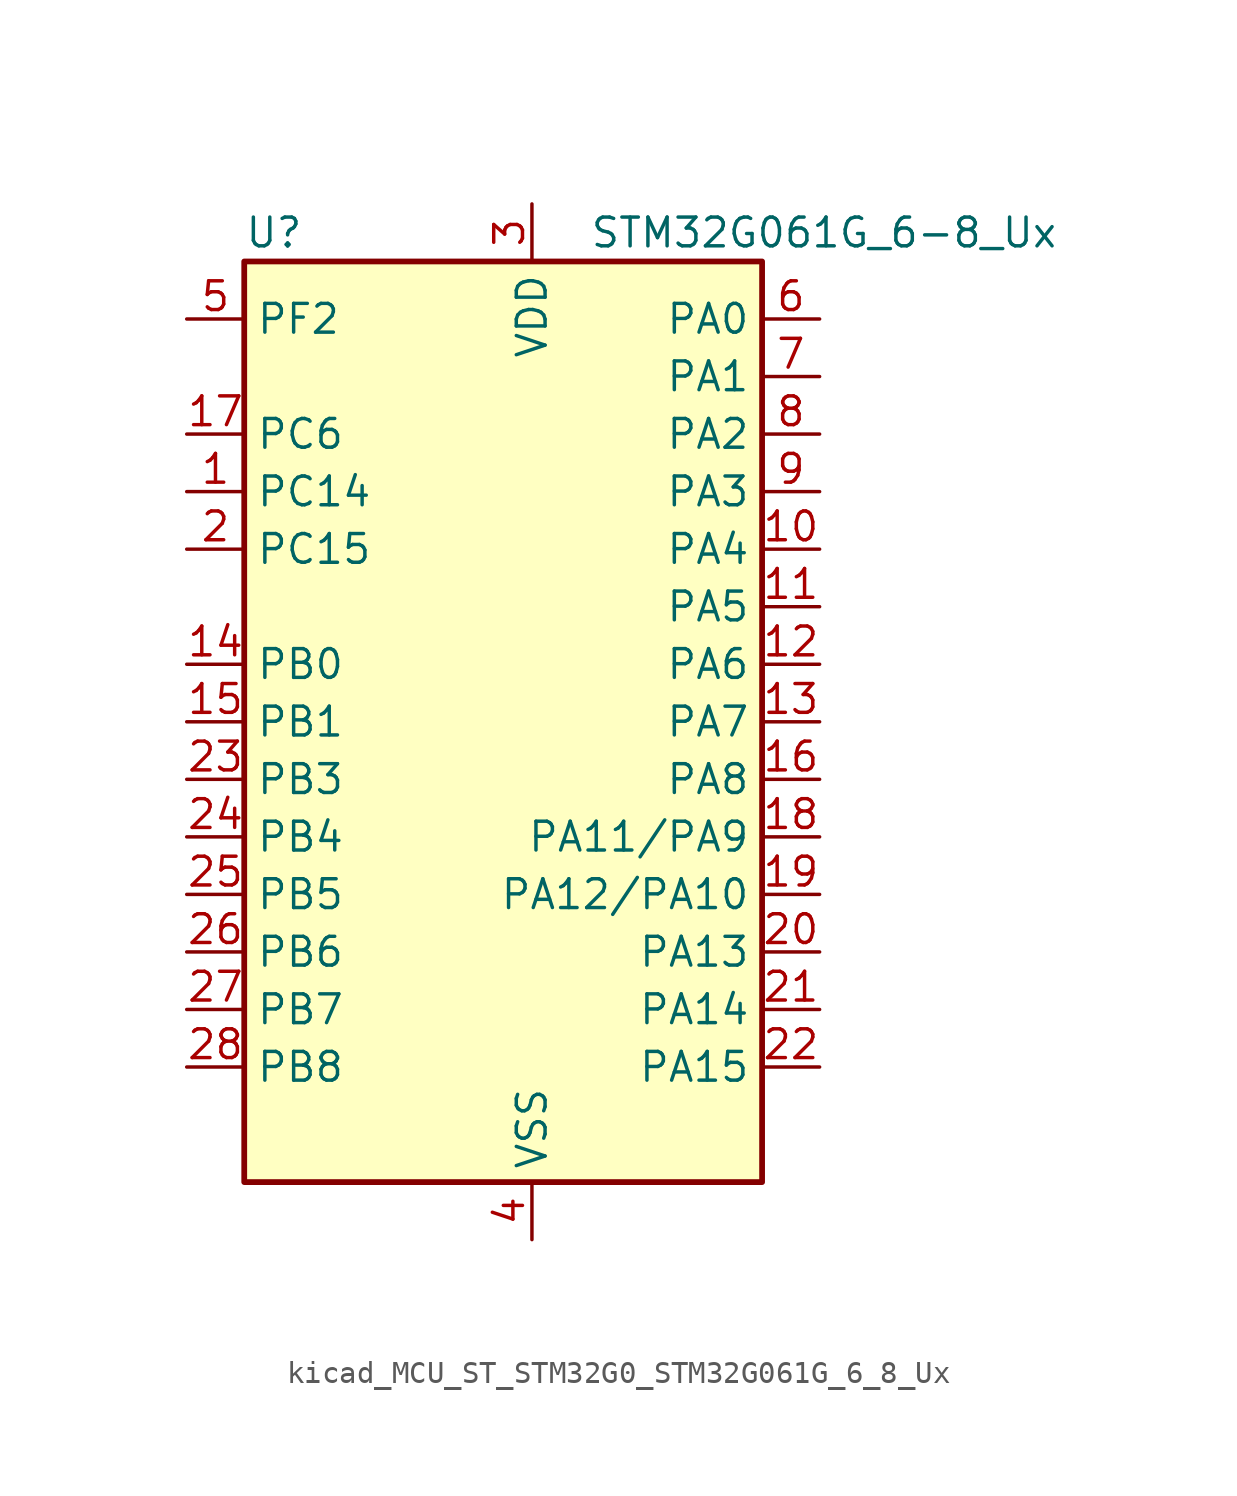
<source format=kicad_sym>
(kicad_symbol_lib
  (version 20220914)
  (generator kicad_symbol_editor)
  (symbol "kicad_MCU_ST_STM32G0_STM32G061G_6_8_Ux"
    (property "Reference" "U"
      (at -10.16 21.59 0)
      (effects (font (size 1.27 1.27)) (justify left)))
    (property "Value" "STM32G061G_6-8_Ux"
      (at 5.08 21.59 0)
      (effects (font (size 1.27 1.27)) (justify left)))
    (property "ki_locked" ""
      (at 0 0 0)
      (effects (font (size 1.27 1.27))))
    (symbol "kicad_MCU_ST_STM32G0_STM32G061G_6_8_Ux_0_1"
      (rectangle (start -10.16 -20.32) (end 12.7 20.32) (stroke (width 0.254) (type default)) (fill (type background))))
    (symbol "kicad_MCU_ST_STM32G0_STM32G061G_6_8_Ux_1_1"
      (pin bidirectional line (at -12.7 10.16 0) (length 2.54) (name "PC14" (effects (font (size 1.27 1.27)))) (number "1" (effects (font (size 1.27 1.27)))) (alternate "RCC_OSC32_IN" bidirectional line) (alternate "RCC_OSC_IN" bidirectional line) (alternate "TIM1_BK2" bidirectional line))
      (pin bidirectional line (at 15.24 7.62 180) (length 2.54) (name "PA4" (effects (font (size 1.27 1.27)))) (number "10" (effects (font (size 1.27 1.27)))) (alternate "ADC1_IN4" bidirectional line) (alternate "DAC1_OUT1" bidirectional line) (alternate "I2S1_WS" bidirectional line) (alternate "LPTIM2_OUT" bidirectional line) (alternate "RTC_OUT1" bidirectional line) (alternate "RTC_TAMP_IN1" bidirectional line) (alternate "RTC_TS" bidirectional line) (alternate "SPI1_NSS" bidirectional line) (alternate "SPI2_MOSI" bidirectional line) (alternate "SYS_WKUP2" bidirectional line) (alternate "TIM14_CH1" bidirectional line))
      (pin bidirectional line (at 15.24 5.08 180) (length 2.54) (name "PA5" (effects (font (size 1.27 1.27)))) (number "11" (effects (font (size 1.27 1.27)))) (alternate "ADC1_IN5" bidirectional line) (alternate "DAC1_OUT2" bidirectional line) (alternate "I2S1_CK" bidirectional line) (alternate "LPTIM2_ETR" bidirectional line) (alternate "SPI1_SCK" bidirectional line) (alternate "TIM2_CH1" bidirectional line) (alternate "TIM2_ETR" bidirectional line))
      (pin bidirectional line (at 15.24 2.54 180) (length 2.54) (name "PA6" (effects (font (size 1.27 1.27)))) (number "12" (effects (font (size 1.27 1.27)))) (alternate "ADC1_IN6" bidirectional line) (alternate "COMP1_OUT" bidirectional line) (alternate "I2S1_MCK" bidirectional line) (alternate "LPUART1_CTS" bidirectional line) (alternate "SPI1_MISO" bidirectional line) (alternate "TIM16_CH1" bidirectional line) (alternate "TIM1_BK" bidirectional line) (alternate "TIM3_CH1" bidirectional line))
      (pin bidirectional line (at 15.24 0 180) (length 2.54) (name "PA7" (effects (font (size 1.27 1.27)))) (number "13" (effects (font (size 1.27 1.27)))) (alternate "ADC1_IN7" bidirectional line) (alternate "COMP2_OUT" bidirectional line) (alternate "I2S1_SD" bidirectional line) (alternate "SPI1_MOSI" bidirectional line) (alternate "TIM14_CH1" bidirectional line) (alternate "TIM17_CH1" bidirectional line) (alternate "TIM1_CH1N" bidirectional line) (alternate "TIM3_CH2" bidirectional line))
      (pin bidirectional line (at -12.7 2.54 0) (length 2.54) (name "PB0" (effects (font (size 1.27 1.27)))) (number "14" (effects (font (size 1.27 1.27)))) (alternate "ADC1_IN8" bidirectional line) (alternate "COMP1_OUT" bidirectional line) (alternate "I2S1_WS" bidirectional line) (alternate "LPTIM1_OUT" bidirectional line) (alternate "SPI1_NSS" bidirectional line) (alternate "TIM1_CH2N" bidirectional line) (alternate "TIM3_CH3" bidirectional line))
      (pin bidirectional line (at -12.7 0 0) (length 2.54) (name "PB1" (effects (font (size 1.27 1.27)))) (number "15" (effects (font (size 1.27 1.27)))) (alternate "ADC1_IN9" bidirectional line) (alternate "COMP1_INM" bidirectional line) (alternate "LPTIM2_IN1" bidirectional line) (alternate "LPUART1_DE" bidirectional line) (alternate "LPUART1_RTS" bidirectional line) (alternate "TIM14_CH1" bidirectional line) (alternate "TIM1_CH3N" bidirectional line) (alternate "TIM3_CH4" bidirectional line))
      (pin bidirectional line (at 15.24 -2.54 180) (length 2.54) (name "PA8" (effects (font (size 1.27 1.27)))) (number "16" (effects (font (size 1.27 1.27)))) (alternate "LPTIM2_OUT" bidirectional line) (alternate "RCC_MCO" bidirectional line) (alternate "SPI2_NSS" bidirectional line) (alternate "TIM1_CH1" bidirectional line))
      (pin bidirectional line (at -12.7 12.7 0) (length 2.54) (name "PC6" (effects (font (size 1.27 1.27)))) (number "17" (effects (font (size 1.27 1.27)))) (alternate "TIM2_CH3" bidirectional line) (alternate "TIM3_CH1" bidirectional line))
      (pin bidirectional line (at 15.24 -5.08 180) (length 2.54) (name "PA11/PA9" (effects (font (size 1.27 1.27)))) (number "18" (effects (font (size 1.27 1.27)))) (alternate "ADC1_EXTI11" bidirectional line) (alternate "ADC1_IN15" bidirectional line) (alternate "COMP1_OUT" bidirectional line) (alternate "I2C2_SCL" bidirectional line) (alternate "I2S1_MCK" bidirectional line) (alternate "SPI1_MISO" bidirectional line) (alternate "TIM1_BK2" bidirectional line) (alternate "TIM1_CH4" bidirectional line) (alternate "USART1_CTS" bidirectional line) (alternate "USART1_NSS" bidirectional line))
      (pin bidirectional line (at 15.24 -7.62 180) (length 2.54) (name "PA12/PA10" (effects (font (size 1.27 1.27)))) (number "19" (effects (font (size 1.27 1.27)))) (alternate "ADC1_IN16" bidirectional line) (alternate "COMP2_OUT" bidirectional line) (alternate "I2C2_SDA" bidirectional line) (alternate "I2S1_SD" bidirectional line) (alternate "I2S_CKIN" bidirectional line) (alternate "SPI1_MOSI" bidirectional line) (alternate "TIM1_ETR" bidirectional line) (alternate "USART1_CK" bidirectional line) (alternate "USART1_DE" bidirectional line) (alternate "USART1_RTS" bidirectional line))
      (pin bidirectional line (at -12.7 7.62 0) (length 2.54) (name "PC15" (effects (font (size 1.27 1.27)))) (number "2" (effects (font (size 1.27 1.27)))) (alternate "RCC_OSC32_EN" bidirectional line) (alternate "RCC_OSC32_OUT" bidirectional line) (alternate "RCC_OSC_EN" bidirectional line) (alternate "TIM15_BK" bidirectional line))
      (pin bidirectional line (at 15.24 -10.16 180) (length 2.54) (name "PA13" (effects (font (size 1.27 1.27)))) (number "20" (effects (font (size 1.27 1.27)))) (alternate "ADC1_IN17" bidirectional line) (alternate "IR_OUT" bidirectional line) (alternate "SYS_SWDIO" bidirectional line))
      (pin bidirectional line (at 15.24 -12.7 180) (length 2.54) (name "PA14" (effects (font (size 1.27 1.27)))) (number "21" (effects (font (size 1.27 1.27)))) (alternate "ADC1_IN18" bidirectional line) (alternate "SYS_SWCLK" bidirectional line) (alternate "USART2_TX" bidirectional line))
      (pin bidirectional line (at 15.24 -15.24 180) (length 2.54) (name "PA15" (effects (font (size 1.27 1.27)))) (number "22" (effects (font (size 1.27 1.27)))) (alternate "I2S1_WS" bidirectional line) (alternate "SPI1_NSS" bidirectional line) (alternate "TIM2_CH1" bidirectional line) (alternate "TIM2_ETR" bidirectional line) (alternate "USART2_RX" bidirectional line))
      (pin bidirectional line (at -12.7 -2.54 0) (length 2.54) (name "PB3" (effects (font (size 1.27 1.27)))) (number "23" (effects (font (size 1.27 1.27)))) (alternate "COMP2_INM" bidirectional line) (alternate "I2S1_CK" bidirectional line) (alternate "SPI1_SCK" bidirectional line) (alternate "TIM1_CH2" bidirectional line) (alternate "TIM2_CH2" bidirectional line) (alternate "USART1_CK" bidirectional line) (alternate "USART1_DE" bidirectional line) (alternate "USART1_RTS" bidirectional line))
      (pin bidirectional line (at -12.7 -5.08 0) (length 2.54) (name "PB4" (effects (font (size 1.27 1.27)))) (number "24" (effects (font (size 1.27 1.27)))) (alternate "COMP2_INP" bidirectional line) (alternate "I2S1_MCK" bidirectional line) (alternate "SPI1_MISO" bidirectional line) (alternate "TIM17_BK" bidirectional line) (alternate "TIM3_CH1" bidirectional line) (alternate "USART1_CTS" bidirectional line) (alternate "USART1_NSS" bidirectional line))
      (pin bidirectional line (at -12.7 -7.62 0) (length 2.54) (name "PB5" (effects (font (size 1.27 1.27)))) (number "25" (effects (font (size 1.27 1.27)))) (alternate "COMP2_OUT" bidirectional line) (alternate "I2C1_SMBA" bidirectional line) (alternate "I2S1_SD" bidirectional line) (alternate "LPTIM1_IN1" bidirectional line) (alternate "SPI1_MOSI" bidirectional line) (alternate "SYS_WKUP6" bidirectional line) (alternate "TIM16_BK" bidirectional line) (alternate "TIM3_CH2" bidirectional line))
      (pin bidirectional line (at -12.7 -10.16 0) (length 2.54) (name "PB6" (effects (font (size 1.27 1.27)))) (number "26" (effects (font (size 1.27 1.27)))) (alternate "COMP2_INP" bidirectional line) (alternate "I2C1_SCL" bidirectional line) (alternate "LPTIM1_ETR" bidirectional line) (alternate "SPI2_MISO" bidirectional line) (alternate "TIM16_CH1N" bidirectional line) (alternate "TIM1_CH3" bidirectional line) (alternate "USART1_TX" bidirectional line))
      (pin bidirectional line (at -12.7 -12.7 0) (length 2.54) (name "PB7" (effects (font (size 1.27 1.27)))) (number "27" (effects (font (size 1.27 1.27)))) (alternate "ADC1_IN11" bidirectional line) (alternate "COMP2_INM" bidirectional line) (alternate "I2C1_SDA" bidirectional line) (alternate "LPTIM1_IN2" bidirectional line) (alternate "SPI2_MOSI" bidirectional line) (alternate "SYS_PVD_IN" bidirectional line) (alternate "TIM17_CH1N" bidirectional line) (alternate "USART1_RX" bidirectional line))
      (pin bidirectional line (at -12.7 -15.24 0) (length 2.54) (name "PB8" (effects (font (size 1.27 1.27)))) (number "28" (effects (font (size 1.27 1.27)))) (alternate "I2C1_SCL" bidirectional line) (alternate "SPI2_SCK" bidirectional line) (alternate "TIM15_BK" bidirectional line) (alternate "TIM16_CH1" bidirectional line))
      (pin power_in line (at 2.54 22.86 270) (length 2.54) (name "VDD" (effects (font (size 1.27 1.27)))) (number "3" (effects (font (size 1.27 1.27)))))
      (pin power_in line (at 2.54 -22.86 90) (length 2.54) (name "VSS" (effects (font (size 1.27 1.27)))) (number "4" (effects (font (size 1.27 1.27)))))
      (pin bidirectional line (at -12.7 17.78 0) (length 2.54) (name "PF2" (effects (font (size 1.27 1.27)))) (number "5" (effects (font (size 1.27 1.27)))) (alternate "RCC_MCO" bidirectional line))
      (pin bidirectional line (at 15.24 17.78 180) (length 2.54) (name "PA0" (effects (font (size 1.27 1.27)))) (number "6" (effects (font (size 1.27 1.27)))) (alternate "ADC1_IN0" bidirectional line) (alternate "COMP1_INM" bidirectional line) (alternate "COMP1_OUT" bidirectional line) (alternate "LPTIM1_OUT" bidirectional line) (alternate "RTC_TAMP_IN2" bidirectional line) (alternate "SPI2_SCK" bidirectional line) (alternate "SYS_WKUP1" bidirectional line) (alternate "TIM2_CH1" bidirectional line) (alternate "TIM2_ETR" bidirectional line) (alternate "USART2_CTS" bidirectional line) (alternate "USART2_NSS" bidirectional line))
      (pin bidirectional line (at 15.24 15.24 180) (length 2.54) (name "PA1" (effects (font (size 1.27 1.27)))) (number "7" (effects (font (size 1.27 1.27)))) (alternate "ADC1_IN1" bidirectional line) (alternate "COMP1_INP" bidirectional line) (alternate "I2C1_SMBA" bidirectional line) (alternate "I2S1_CK" bidirectional line) (alternate "SPI1_SCK" bidirectional line) (alternate "TIM15_CH1N" bidirectional line) (alternate "TIM2_CH2" bidirectional line) (alternate "USART2_CK" bidirectional line) (alternate "USART2_DE" bidirectional line) (alternate "USART2_RTS" bidirectional line))
      (pin bidirectional line (at 15.24 12.7 180) (length 2.54) (name "PA2" (effects (font (size 1.27 1.27)))) (number "8" (effects (font (size 1.27 1.27)))) (alternate "ADC1_IN2" bidirectional line) (alternate "COMP2_INM" bidirectional line) (alternate "COMP2_OUT" bidirectional line) (alternate "I2S1_SD" bidirectional line) (alternate "LPUART1_TX" bidirectional line) (alternate "RCC_LSCO" bidirectional line) (alternate "SPI1_MOSI" bidirectional line) (alternate "SYS_WKUP4" bidirectional line) (alternate "TIM15_CH1" bidirectional line) (alternate "TIM2_CH3" bidirectional line) (alternate "USART2_TX" bidirectional line))
      (pin bidirectional line (at 15.24 10.16 180) (length 2.54) (name "PA3" (effects (font (size 1.27 1.27)))) (number "9" (effects (font (size 1.27 1.27)))) (alternate "ADC1_IN3" bidirectional line) (alternate "COMP2_INP" bidirectional line) (alternate "LPUART1_RX" bidirectional line) (alternate "SPI2_MISO" bidirectional line) (alternate "TIM15_CH2" bidirectional line) (alternate "TIM2_CH4" bidirectional line) (alternate "USART2_RX" bidirectional line)))))
</source>
